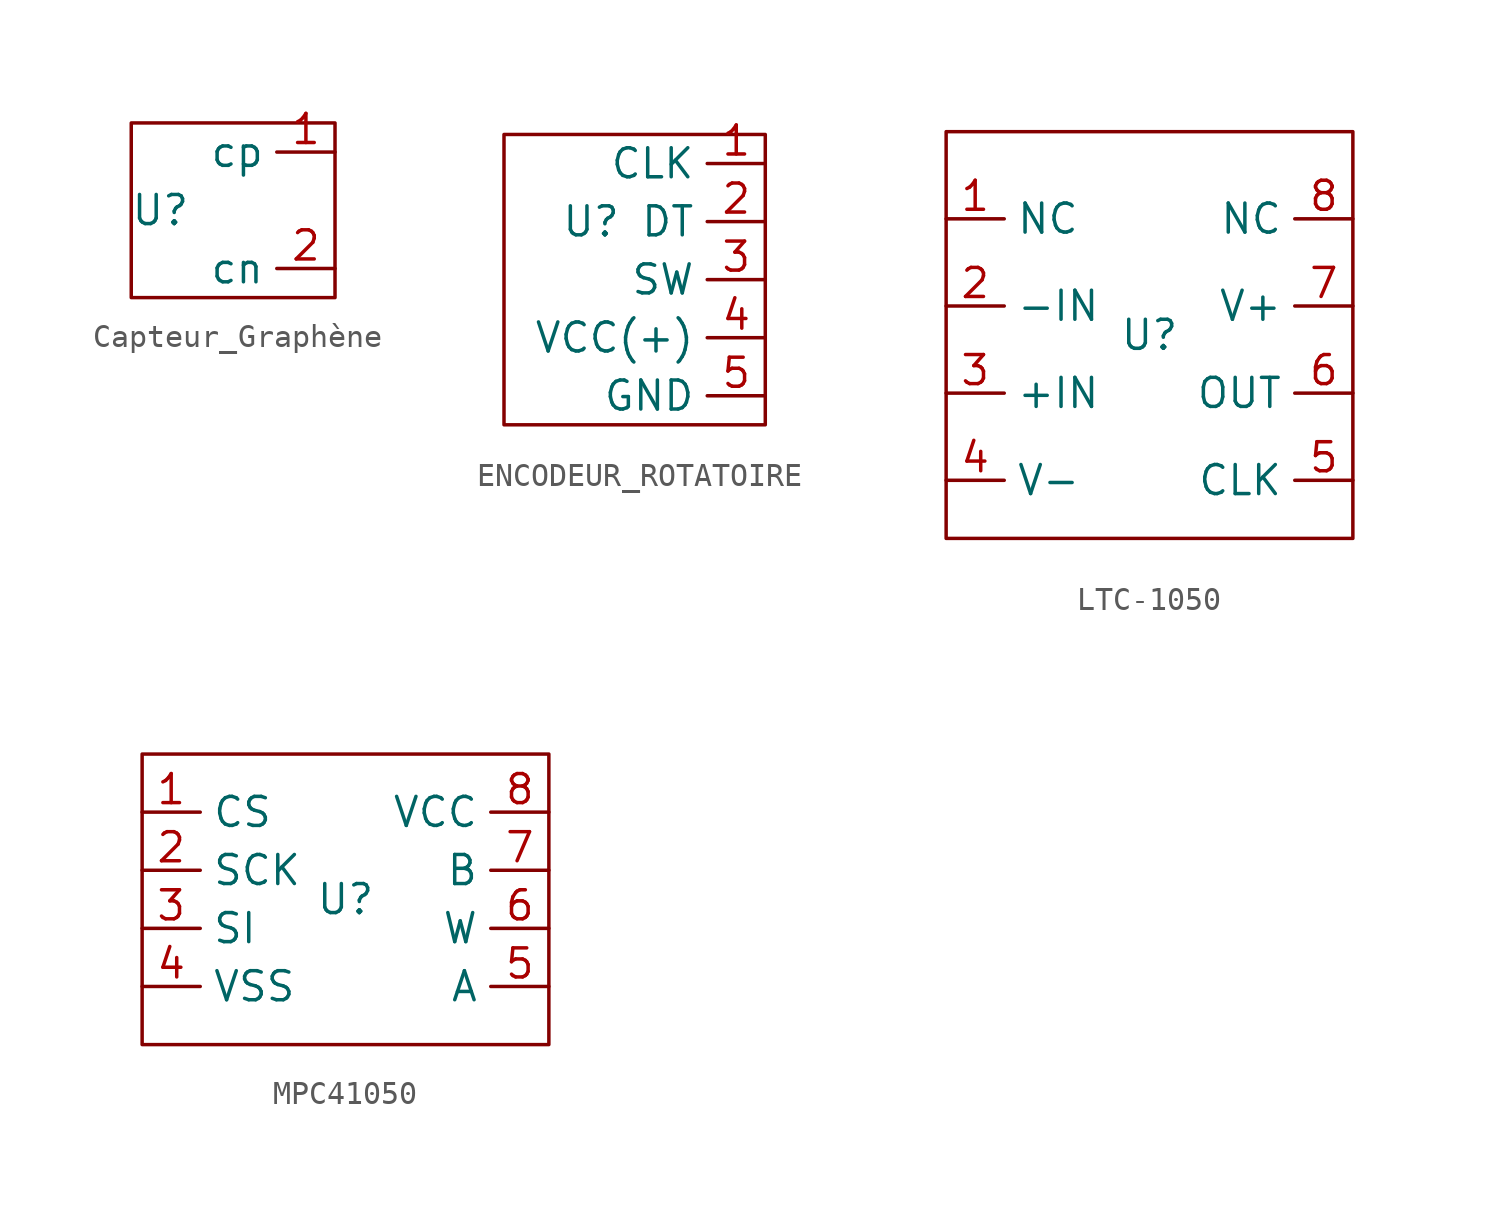
<source format=kicad_sym>
(kicad_symbol_lib
  (version 20220914)
  (generator kicad_symbol_editor)
  (symbol "Capteur_Graphène"
    (property "Reference" "U"
      (at -5.08 0 0)
      (effects (font (size 1.27 1.27))))
    (property "Value" ""
      (at 0 0 0)
      (effects (font (size 1.27 1.27))))
    (symbol "Capteur_Graphène_0_1"
      (rectangle (start -6.35 3.81) (end 2.54 -3.81) (stroke (width 0) (type default)) (fill (type none))))
    (symbol "Capteur_Graphène_1_1"
      (pin passive line (at 2.54 2.54 180) (length 2.54) (name "cp" (effects (font (size 1.27 1.27)))) (number "1" (effects (font (size 1.27 1.27)))))
      (pin passive line (at 2.54 -2.54 180) (length 2.54) (name "cn" (effects (font (size 1.27 1.27)))) (number "2" (effects (font (size 1.27 1.27)))))))
  (symbol "ENCODEUR_ROTATOIRE"
    (property "Reference" "U"
      (at -2.54 0 0)
      (effects (font (size 1.27 1.27))))
    (property "Value" ""
      (at 0 0 0)
      (effects (font (size 1.27 1.27))))
    (symbol "ENCODEUR_ROTATOIRE_0_1"
      (rectangle (start -6.35 3.81) (end 5.08 -8.89) (stroke (width 0) (type default)) (fill (type none))))
    (symbol "ENCODEUR_ROTATOIRE_1_1"
      (pin passive line (at 5.08 2.54 180) (length 2.54) (name "CLK" (effects (font (size 1.27 1.27)))) (number "1" (effects (font (size 1.27 1.27)))))
      (pin passive line (at 5.08 0 180) (length 2.54) (name "DT" (effects (font (size 1.27 1.27)))) (number "2" (effects (font (size 1.27 1.27)))))
      (pin passive line (at 5.08 -2.54 180) (length 2.54) (name "SW" (effects (font (size 1.27 1.27)))) (number "3" (effects (font (size 1.27 1.27)))))
      (pin passive line (at 5.08 -5.08 180) (length 2.54) (name "VCC(+)" (effects (font (size 1.27 1.27)))) (number "4" (effects (font (size 1.27 1.27)))))
      (pin passive line (at 5.08 -7.62 180) (length 2.54) (name "GND" (effects (font (size 1.27 1.27)))) (number "5" (effects (font (size 1.27 1.27)))))))
  (symbol "LTC-1050"
    (property "Reference" "U"
      (at 0 0 0)
      (effects (font (size 1.27 1.27))))
    (property "Value" ""
      (at 0 0 0)
      (effects (font (size 1.27 1.27))))
    (symbol "LTC-1050_0_1"
      (rectangle (start -8.89 8.89) (end 8.89 -8.89) (stroke (width 0) (type default)) (fill (type none))))
    (symbol "LTC-1050_1_1"
      (pin passive line (at -8.89 5.08 0) (length 2.54) (name "NC" (effects (font (size 1.27 1.27)))) (number "1" (effects (font (size 1.27 1.27)))))
      (pin passive line (at -8.89 1.27 0) (length 2.54) (name "-IN" (effects (font (size 1.27 1.27)))) (number "2" (effects (font (size 1.27 1.27)))))
      (pin passive line (at -8.89 -2.54 0) (length 2.54) (name "+IN" (effects (font (size 1.27 1.27)))) (number "3" (effects (font (size 1.27 1.27)))))
      (pin passive line (at -8.89 -6.35 0) (length 2.54) (name "V-" (effects (font (size 1.27 1.27)))) (number "4" (effects (font (size 1.27 1.27)))))
      (pin passive line (at 8.89 -6.35 180) (length 2.54) (name "CLK" (effects (font (size 1.27 1.27)))) (number "5" (effects (font (size 1.27 1.27)))))
      (pin passive line (at 8.89 -2.54 180) (length 2.54) (name "OUT" (effects (font (size 1.27 1.27)))) (number "6" (effects (font (size 1.27 1.27)))))
      (pin passive line (at 8.89 1.27 180) (length 2.54) (name "V+" (effects (font (size 1.27 1.27)))) (number "7" (effects (font (size 1.27 1.27)))))
      (pin passive line (at 8.89 5.08 180) (length 2.54) (name "NC" (effects (font (size 1.27 1.27)))) (number "8" (effects (font (size 1.27 1.27)))))))
  (symbol "MPC41050"
    (property "Reference" "U"
      (at 0 0 0)
      (effects (font (size 1.27 1.27))))
    (property "Value" ""
      (at 0 0 0)
      (effects (font (size 1.27 1.27))))
    (symbol "MPC41050_0_1"
      (rectangle (start -8.89 6.35) (end 8.89 -6.35) (stroke (width 0) (type default)) (fill (type none))))
    (symbol "MPC41050_1_1"
      (pin passive line (at -8.89 3.81 0) (length 2.54) (name "CS" (effects (font (size 1.27 1.27)))) (number "1" (effects (font (size 1.27 1.27)))))
      (pin passive line (at -8.89 1.27 0) (length 2.54) (name "SCK" (effects (font (size 1.27 1.27)))) (number "2" (effects (font (size 1.27 1.27)))))
      (pin passive line (at -8.89 -1.27 0) (length 2.54) (name "SI" (effects (font (size 1.27 1.27)))) (number "3" (effects (font (size 1.27 1.27)))))
      (pin passive line (at -8.89 -3.81 0) (length 2.54) (name "VSS" (effects (font (size 1.27 1.27)))) (number "4" (effects (font (size 1.27 1.27)))))
      (pin passive line (at 8.89 -3.81 180) (length 2.54) (name "A" (effects (font (size 1.27 1.27)))) (number "5" (effects (font (size 1.27 1.27)))))
      (pin passive line (at 8.89 -1.27 180) (length 2.54) (name "W" (effects (font (size 1.27 1.27)))) (number "6" (effects (font (size 1.27 1.27)))))
      (pin passive line (at 8.89 1.27 180) (length 2.54) (name "B" (effects (font (size 1.27 1.27)))) (number "7" (effects (font (size 1.27 1.27)))))
      (pin passive line (at 8.89 3.81 180) (length 2.54) (name "VCC" (effects (font (size 1.27 1.27)))) (number "8" (effects (font (size 1.27 1.27))))))))
</source>
